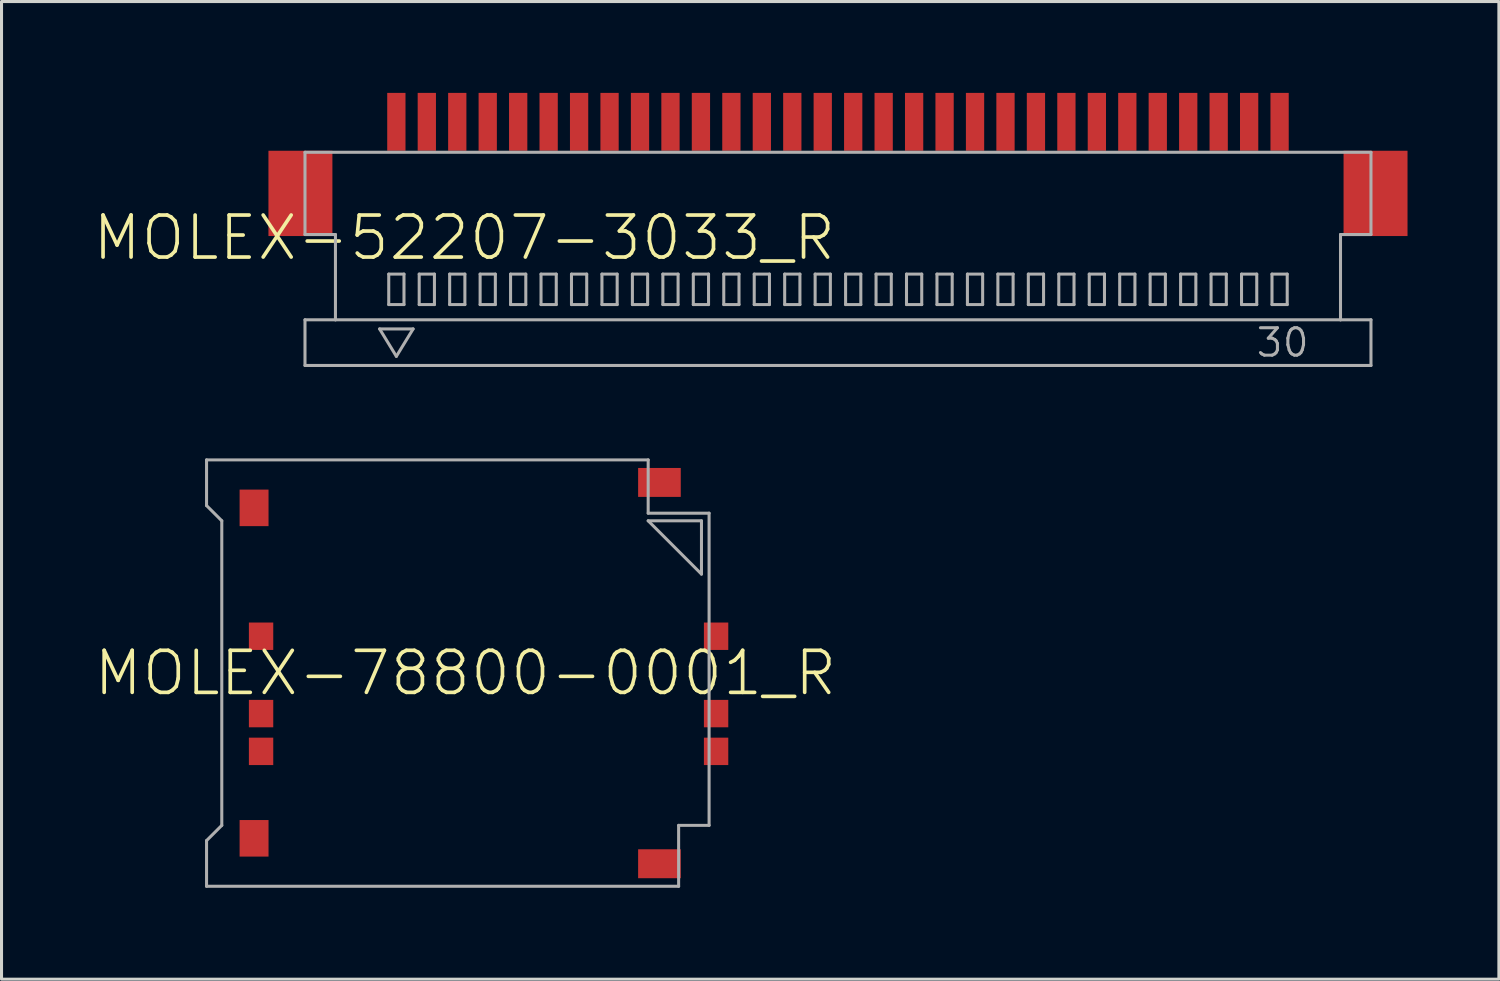
<source format=kicad_pcb>
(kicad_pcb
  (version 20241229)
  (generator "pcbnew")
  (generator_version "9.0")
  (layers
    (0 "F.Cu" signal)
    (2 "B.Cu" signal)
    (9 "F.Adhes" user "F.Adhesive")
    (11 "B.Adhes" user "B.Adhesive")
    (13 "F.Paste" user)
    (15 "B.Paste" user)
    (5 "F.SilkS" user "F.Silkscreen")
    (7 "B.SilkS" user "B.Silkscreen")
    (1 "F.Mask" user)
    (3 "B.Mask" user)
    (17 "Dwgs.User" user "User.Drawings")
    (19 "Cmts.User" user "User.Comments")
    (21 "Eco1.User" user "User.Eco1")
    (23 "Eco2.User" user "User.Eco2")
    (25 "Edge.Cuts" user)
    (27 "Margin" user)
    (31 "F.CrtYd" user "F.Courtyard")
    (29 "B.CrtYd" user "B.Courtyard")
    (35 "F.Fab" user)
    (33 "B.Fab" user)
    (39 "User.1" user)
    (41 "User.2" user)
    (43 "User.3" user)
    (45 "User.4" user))
  (footprint "MOLEX-52207-3033_R"
    (layer "F.Cu")
    (at 24.464 0.95)
    (property "Reference" "MOLEX-52207-3033_R" (at 0 3 0) (unlocked yes) (layer "F.SilkS") (effects (font (size 1.38 1.38) (thickness 0.12)) (justify right top)))
    (fp_line (start -17.5 1) (end -17.5 3.7) (stroke (width 0.1) (type solid)) (layer "F.Fab"))
    (fp_line (start -17.5 3.7) (end -16.5 3.7) (stroke (width 0.1) (type solid)) (layer "F.Fab"))
    (fp_line (start -17.5 6.5) (end -16.5 6.5) (stroke (width 0.1) (type solid)) (layer "F.Fab"))
    (fp_line (start -17.5 8) (end -17.5 6.5) (stroke (width 0.1) (type solid)) (layer "F.Fab"))
    (fp_line (start -17.5 8) (end 17.5 8) (stroke (width 0.1) (type solid)) (layer "F.Fab"))
    (fp_line (start -16.5 3.7) (end -16.5 6.5) (stroke (width 0.1) (type solid)) (layer "F.Fab"))
    (fp_line (start -16.5 6.5) (end 16.5 6.5) (stroke (width 0.1) (type solid)) (layer "F.Fab"))
    (fp_line (start -15.05 6.8) (end -13.95 6.8) (stroke (width 0.1) (type solid)) (layer "F.Fab"))
    (fp_line (start -14.75 5) (end -14.25 5) (stroke (width 0.1) (type solid)) (layer "F.Fab"))
    (fp_line (start -14.75 6) (end -14.75 5) (stroke (width 0.1) (type solid)) (layer "F.Fab"))
    (fp_line (start -14.5 7.7) (end -15.05 6.8) (stroke (width 0.1) (type solid)) (layer "F.Fab"))
    (fp_line (start -14.25 5) (end -14.25 6) (stroke (width 0.1) (type solid)) (layer "F.Fab"))
    (fp_line (start -14.25 6) (end -14.75 6) (stroke (width 0.1) (type solid)) (layer "F.Fab"))
    (fp_line (start -13.95 6.8) (end -14.5 7.7) (stroke (width 0.1) (type solid)) (layer "F.Fab"))
    (fp_line (start -13.75 5) (end -13.25 5) (stroke (width 0.1) (type solid)) (layer "F.Fab"))
    (fp_line (start -13.75 6) (end -13.75 5) (stroke (width 0.1) (type solid)) (layer "F.Fab"))
    (fp_line (start -13.25 5) (end -13.25 6) (stroke (width 0.1) (type solid)) (layer "F.Fab"))
    (fp_line (start -13.25 6) (end -13.75 6) (stroke (width 0.1) (type solid)) (layer "F.Fab"))
    (fp_line (start -12.75 5) (end -12.25 5) (stroke (width 0.1) (type solid)) (layer "F.Fab"))
    (fp_line (start -12.75 6) (end -12.75 5) (stroke (width 0.1) (type solid)) (layer "F.Fab"))
    (fp_line (start -12.25 5) (end -12.25 6) (stroke (width 0.1) (type solid)) (layer "F.Fab"))
    (fp_line (start -12.25 6) (end -12.75 6) (stroke (width 0.1) (type solid)) (layer "F.Fab"))
    (fp_line (start -11.75 5) (end -11.25 5) (stroke (width 0.1) (type solid)) (layer "F.Fab"))
    (fp_line (start -11.75 6) (end -11.75 5) (stroke (width 0.1) (type solid)) (layer "F.Fab"))
    (fp_line (start -11.25 5) (end -11.25 6) (stroke (width 0.1) (type solid)) (layer "F.Fab"))
    (fp_line (start -11.25 6) (end -11.75 6) (stroke (width 0.1) (type solid)) (layer "F.Fab"))
    (fp_line (start -10.75 5) (end -10.25 5) (stroke (width 0.1) (type solid)) (layer "F.Fab"))
    (fp_line (start -10.75 6) (end -10.75 5) (stroke (width 0.1) (type solid)) (layer "F.Fab"))
    (fp_line (start -10.25 5) (end -10.25 6) (stroke (width 0.1) (type solid)) (layer "F.Fab"))
    (fp_line (start -10.25 6) (end -10.75 6) (stroke (width 0.1) (type solid)) (layer "F.Fab"))
    (fp_line (start -9.75 5) (end -9.25 5) (stroke (width 0.1) (type solid)) (layer "F.Fab"))
    (fp_line (start -9.75 6) (end -9.75 5) (stroke (width 0.1) (type solid)) (layer "F.Fab"))
    (fp_line (start -9.25 5) (end -9.25 6) (stroke (width 0.1) (type solid)) (layer "F.Fab"))
    (fp_line (start -9.25 6) (end -9.75 6) (stroke (width 0.1) (type solid)) (layer "F.Fab"))
    (fp_line (start -8.75 5) (end -8.25 5) (stroke (width 0.1) (type solid)) (layer "F.Fab"))
    (fp_line (start -8.75 6) (end -8.75 5) (stroke (width 0.1) (type solid)) (layer "F.Fab"))
    (fp_line (start -8.25 5) (end -8.25 6) (stroke (width 0.1) (type solid)) (layer "F.Fab"))
    (fp_line (start -8.25 6) (end -8.75 6) (stroke (width 0.1) (type solid)) (layer "F.Fab"))
    (fp_line (start -7.75 5) (end -7.25 5) (stroke (width 0.1) (type solid)) (layer "F.Fab"))
    (fp_line (start -7.75 6) (end -7.75 5) (stroke (width 0.1) (type solid)) (layer "F.Fab"))
    (fp_line (start -7.25 5) (end -7.25 6) (stroke (width 0.1) (type solid)) (layer "F.Fab"))
    (fp_line (start -7.25 6) (end -7.75 6) (stroke (width 0.1) (type solid)) (layer "F.Fab"))
    (fp_line (start -6.75 5) (end -6.25 5) (stroke (width 0.1) (type solid)) (layer "F.Fab"))
    (fp_line (start -6.75 6) (end -6.75 5) (stroke (width 0.1) (type solid)) (layer "F.Fab"))
    (fp_line (start -6.25 5) (end -6.25 6) (stroke (width 0.1) (type solid)) (layer "F.Fab"))
    (fp_line (start -6.25 6) (end -6.75 6) (stroke (width 0.1) (type solid)) (layer "F.Fab"))
    (fp_line (start -5.75 5) (end -5.25 5) (stroke (width 0.1) (type solid)) (layer "F.Fab"))
    (fp_line (start -5.75 6) (end -5.75 5) (stroke (width 0.1) (type solid)) (layer "F.Fab"))
    (fp_line (start -5.25 5) (end -5.25 6) (stroke (width 0.1) (type solid)) (layer "F.Fab"))
    (fp_line (start -5.25 6) (end -5.75 6) (stroke (width 0.1) (type solid)) (layer "F.Fab"))
    (fp_line (start -4.75 5) (end -4.25 5) (stroke (width 0.1) (type solid)) (layer "F.Fab"))
    (fp_line (start -4.75 6) (end -4.75 5) (stroke (width 0.1) (type solid)) (layer "F.Fab"))
    (fp_line (start -4.25 5) (end -4.25 6) (stroke (width 0.1) (type solid)) (layer "F.Fab"))
    (fp_line (start -4.25 6) (end -4.75 6) (stroke (width 0.1) (type solid)) (layer "F.Fab"))
    (fp_line (start -3.75 5) (end -3.25 5) (stroke (width 0.1) (type solid)) (layer "F.Fab"))
    (fp_line (start -3.75 6) (end -3.75 5) (stroke (width 0.1) (type solid)) (layer "F.Fab"))
    (fp_line (start -3.25 5) (end -3.25 6) (stroke (width 0.1) (type solid)) (layer "F.Fab"))
    (fp_line (start -3.25 6) (end -3.75 6) (stroke (width 0.1) (type solid)) (layer "F.Fab"))
    (fp_line (start -2.75 5) (end -2.25 5) (stroke (width 0.1) (type solid)) (layer "F.Fab"))
    (fp_line (start -2.75 6) (end -2.75 5) (stroke (width 0.1) (type solid)) (layer "F.Fab"))
    (fp_line (start -2.25 5) (end -2.25 6) (stroke (width 0.1) (type solid)) (layer "F.Fab"))
    (fp_line (start -2.25 6) (end -2.75 6) (stroke (width 0.1) (type solid)) (layer "F.Fab"))
    (fp_line (start -1.75 5) (end -1.25 5) (stroke (width 0.1) (type solid)) (layer "F.Fab"))
    (fp_line (start -1.75 6) (end -1.75 5) (stroke (width 0.1) (type solid)) (layer "F.Fab"))
    (fp_line (start -1.25 5) (end -1.25 6) (stroke (width 0.1) (type solid)) (layer "F.Fab"))
    (fp_line (start -1.25 6) (end -1.75 6) (stroke (width 0.1) (type solid)) (layer "F.Fab"))
    (fp_line (start -0.75 5) (end -0.25 5) (stroke (width 0.1) (type solid)) (layer "F.Fab"))
    (fp_line (start -0.75 6) (end -0.75 5) (stroke (width 0.1) (type solid)) (layer "F.Fab"))
    (fp_line (start -0.25 5) (end -0.25 6) (stroke (width 0.1) (type solid)) (layer "F.Fab"))
    (fp_line (start -0.25 6) (end -0.75 6) (stroke (width 0.1) (type solid)) (layer "F.Fab"))
    (fp_line (start 0.25 5) (end 0.75 5) (stroke (width 0.1) (type solid)) (layer "F.Fab"))
    (fp_line (start 0.25 6) (end 0.25 5) (stroke (width 0.1) (type solid)) (layer "F.Fab"))
    (fp_line (start 0.75 5) (end 0.75 6) (stroke (width 0.1) (type solid)) (layer "F.Fab"))
    (fp_line (start 0.75 6) (end 0.25 6) (stroke (width 0.1) (type solid)) (layer "F.Fab"))
    (fp_line (start 1.25 5) (end 1.75 5) (stroke (width 0.1) (type solid)) (layer "F.Fab"))
    (fp_line (start 1.25 6) (end 1.25 5) (stroke (width 0.1) (type solid)) (layer "F.Fab"))
    (fp_line (start 1.75 5) (end 1.75 6) (stroke (width 0.1) (type solid)) (layer "F.Fab"))
    (fp_line (start 1.75 6) (end 1.25 6) (stroke (width 0.1) (type solid)) (layer "F.Fab"))
    (fp_line (start 2.25 5) (end 2.75 5) (stroke (width 0.1) (type solid)) (layer "F.Fab"))
    (fp_line (start 2.25 6) (end 2.25 5) (stroke (width 0.1) (type solid)) (layer "F.Fab"))
    (fp_line (start 2.75 5) (end 2.75 6) (stroke (width 0.1) (type solid)) (layer "F.Fab"))
    (fp_line (start 2.75 6) (end 2.25 6) (stroke (width 0.1) (type solid)) (layer "F.Fab"))
    (fp_line (start 3.25 5) (end 3.75 5) (stroke (width 0.1) (type solid)) (layer "F.Fab"))
    (fp_line (start 3.25 6) (end 3.25 5) (stroke (width 0.1) (type solid)) (layer "F.Fab"))
    (fp_line (start 3.75 5) (end 3.75 6) (stroke (width 0.1) (type solid)) (layer "F.Fab"))
    (fp_line (start 3.75 6) (end 3.25 6) (stroke (width 0.1) (type solid)) (layer "F.Fab"))
    (fp_line (start 4.25 5) (end 4.75 5) (stroke (width 0.1) (type solid)) (layer "F.Fab"))
    (fp_line (start 4.25 6) (end 4.25 5) (stroke (width 0.1) (type solid)) (layer "F.Fab"))
    (fp_line (start 4.75 5) (end 4.75 6) (stroke (width 0.1) (type solid)) (layer "F.Fab"))
    (fp_line (start 4.75 6) (end 4.25 6) (stroke (width 0.1) (type solid)) (layer "F.Fab"))
    (fp_line (start 5.25 5) (end 5.75 5) (stroke (width 0.1) (type solid)) (layer "F.Fab"))
    (fp_line (start 5.25 6) (end 5.25 5) (stroke (width 0.1) (type solid)) (layer "F.Fab"))
    (fp_line (start 5.75 5) (end 5.75 6) (stroke (width 0.1) (type solid)) (layer "F.Fab"))
    (fp_line (start 5.75 6) (end 5.25 6) (stroke (width 0.1) (type solid)) (layer "F.Fab"))
    (fp_line (start 6.25 5) (end 6.75 5) (stroke (width 0.1) (type solid)) (layer "F.Fab"))
    (fp_line (start 6.25 6) (end 6.25 5) (stroke (width 0.1) (type solid)) (layer "F.Fab"))
    (fp_line (start 6.75 5) (end 6.75 6) (stroke (width 0.1) (type solid)) (layer "F.Fab"))
    (fp_line (start 6.75 6) (end 6.25 6) (stroke (width 0.1) (type solid)) (layer "F.Fab"))
    (fp_line (start 7.25 5) (end 7.75 5) (stroke (width 0.1) (type solid)) (layer "F.Fab"))
    (fp_line (start 7.25 6) (end 7.25 5) (stroke (width 0.1) (type solid)) (layer "F.Fab"))
    (fp_line (start 7.75 5) (end 7.75 6) (stroke (width 0.1) (type solid)) (layer "F.Fab"))
    (fp_line (start 7.75 6) (end 7.25 6) (stroke (width 0.1) (type solid)) (layer "F.Fab"))
    (fp_line (start 8.25 5) (end 8.75 5) (stroke (width 0.1) (type solid)) (layer "F.Fab"))
    (fp_line (start 8.25 6) (end 8.25 5) (stroke (width 0.1) (type solid)) (layer "F.Fab"))
    (fp_line (start 8.75 5) (end 8.75 6) (stroke (width 0.1) (type solid)) (layer "F.Fab"))
    (fp_line (start 8.75 6) (end 8.25 6) (stroke (width 0.1) (type solid)) (layer "F.Fab"))
    (fp_line (start 9.25 5) (end 9.75 5) (stroke (width 0.1) (type solid)) (layer "F.Fab"))
    (fp_line (start 9.25 6) (end 9.25 5) (stroke (width 0.1) (type solid)) (layer "F.Fab"))
    (fp_line (start 9.75 5) (end 9.75 6) (stroke (width 0.1) (type solid)) (layer "F.Fab"))
    (fp_line (start 9.75 6) (end 9.25 6) (stroke (width 0.1) (type solid)) (layer "F.Fab"))
    (fp_line (start 10.25 5) (end 10.75 5) (stroke (width 0.1) (type solid)) (layer "F.Fab"))
    (fp_line (start 10.25 6) (end 10.25 5) (stroke (width 0.1) (type solid)) (layer "F.Fab"))
    (fp_line (start 10.75 5) (end 10.75 6) (stroke (width 0.1) (type solid)) (layer "F.Fab"))
    (fp_line (start 10.75 6) (end 10.25 6) (stroke (width 0.1) (type solid)) (layer "F.Fab"))
    (fp_line (start 11.25 5) (end 11.75 5) (stroke (width 0.1) (type solid)) (layer "F.Fab"))
    (fp_line (start 11.25 6) (end 11.25 5) (stroke (width 0.1) (type solid)) (layer "F.Fab"))
    (fp_line (start 11.75 5) (end 11.75 6) (stroke (width 0.1) (type solid)) (layer "F.Fab"))
    (fp_line (start 11.75 6) (end 11.25 6) (stroke (width 0.1) (type solid)) (layer "F.Fab"))
    (fp_line (start 12.25 5) (end 12.75 5) (stroke (width 0.1) (type solid)) (layer "F.Fab"))
    (fp_line (start 12.25 6) (end 12.25 5) (stroke (width 0.1) (type solid)) (layer "F.Fab"))
    (fp_line (start 12.75 5) (end 12.75 6) (stroke (width 0.1) (type solid)) (layer "F.Fab"))
    (fp_line (start 12.75 6) (end 12.25 6) (stroke (width 0.1) (type solid)) (layer "F.Fab"))
    (fp_line (start 13.25 5) (end 13.75 5) (stroke (width 0.1) (type solid)) (layer "F.Fab"))
    (fp_line (start 13.25 6) (end 13.25 5) (stroke (width 0.1) (type solid)) (layer "F.Fab"))
    (fp_line (start 13.75 5) (end 13.75 6) (stroke (width 0.1) (type solid)) (layer "F.Fab"))
    (fp_line (start 13.75 6) (end 13.25 6) (stroke (width 0.1) (type solid)) (layer "F.Fab"))
    (fp_line (start 14.25 5) (end 14.75 5) (stroke (width 0.1) (type solid)) (layer "F.Fab"))
    (fp_line (start 14.25 6) (end 14.25 5) (stroke (width 0.1) (type solid)) (layer "F.Fab"))
    (fp_line (start 14.75 5) (end 14.75 6) (stroke (width 0.1) (type solid)) (layer "F.Fab"))
    (fp_line (start 14.75 6) (end 14.25 6) (stroke (width 0.1) (type solid)) (layer "F.Fab"))
    (fp_line (start 16.5 3.7) (end 16.5 6.5) (stroke (width 0.1) (type solid)) (layer "F.Fab"))
    (fp_line (start 16.5 6.5) (end 17.5 6.5) (stroke (width 0.1) (type solid)) (layer "F.Fab"))
    (fp_line (start 17.5 1) (end -17.5 1) (stroke (width 0.1) (type solid)) (layer "F.Fab"))
    (fp_line (start 17.5 3.7) (end 16.5 3.7) (stroke (width 0.1) (type solid)) (layer "F.Fab"))
    (fp_line (start 17.5 3.7) (end 17.5 1) (stroke (width 0.1) (type solid)) (layer "F.Fab"))
    (fp_line (start 17.5 6.5) (end 17.5 8) (stroke (width 0.1) (type solid)) (layer "F.Fab"))
    (fp_text user "30" (at 14.6 7.25 0) (layer "F.Fab") (effects (font (size 0.9 0.9) (thickness 0.1))))
    (pad "1" smd rect (at -14.5 0 180) (size 0.6 1.9) (layers "F.Cu" "F.Mask" "F.Paste"))
    (pad "2" smd rect (at -13.5 0 180) (size 0.6 1.9) (layers "F.Cu" "F.Mask" "F.Paste"))
    (pad "3" smd rect (at -12.5 0 180) (size 0.6 1.9) (layers "F.Cu" "F.Mask" "F.Paste"))
    (pad "4" smd rect (at -11.5 0 180) (size 0.6 1.9) (layers "F.Cu" "F.Mask" "F.Paste"))
    (pad "5" smd rect (at -10.5 0 180) (size 0.6 1.9) (layers "F.Cu" "F.Mask" "F.Paste"))
    (pad "6" smd rect (at -9.5 0 180) (size 0.6 1.9) (layers "F.Cu" "F.Mask" "F.Paste"))
    (pad "7" smd rect (at -8.5 0 180) (size 0.6 1.9) (layers "F.Cu" "F.Mask" "F.Paste"))
    (pad "8" smd rect (at -7.5 0 180) (size 0.6 1.9) (layers "F.Cu" "F.Mask" "F.Paste"))
    (pad "9" smd rect (at -6.5 0 180) (size 0.6 1.9) (layers "F.Cu" "F.Mask" "F.Paste"))
    (pad "10" smd rect (at -5.5 0 180) (size 0.6 1.9) (layers "F.Cu" "F.Mask" "F.Paste"))
    (pad "11" smd rect (at -4.5 0 180) (size 0.6 1.9) (layers "F.Cu" "F.Mask" "F.Paste"))
    (pad "12" smd rect (at -3.5 0 180) (size 0.6 1.9) (layers "F.Cu" "F.Mask" "F.Paste"))
    (pad "13" smd rect (at -2.5 0 180) (size 0.6 1.9) (layers "F.Cu" "F.Mask" "F.Paste"))
    (pad "14" smd rect (at -1.5 0 180) (size 0.6 1.9) (layers "F.Cu" "F.Mask" "F.Paste"))
    (pad "15" smd rect (at -0.5 0 180) (size 0.6 1.9) (layers "F.Cu" "F.Mask" "F.Paste"))
    (pad "16" smd rect (at 0.5 0 180) (size 0.6 1.9) (layers "F.Cu" "F.Mask" "F.Paste"))
    (pad "17" smd rect (at 1.5 0 180) (size 0.6 1.9) (layers "F.Cu" "F.Mask" "F.Paste"))
    (pad "18" smd rect (at 2.5 0 180) (size 0.6 1.9) (layers "F.Cu" "F.Mask" "F.Paste"))
    (pad "19" smd rect (at 3.5 0 180) (size 0.6 1.9) (layers "F.Cu" "F.Mask" "F.Paste"))
    (pad "20" smd rect (at 4.5 0 180) (size 0.6 1.9) (layers "F.Cu" "F.Mask" "F.Paste"))
    (pad "21" smd rect (at 5.5 0 180) (size 0.6 1.9) (layers "F.Cu" "F.Mask" "F.Paste"))
    (pad "22" smd rect (at 6.5 0 180) (size 0.6 1.9) (layers "F.Cu" "F.Mask" "F.Paste"))
    (pad "23" smd rect (at 7.5 0 180) (size 0.6 1.9) (layers "F.Cu" "F.Mask" "F.Paste"))
    (pad "24" smd rect (at 8.5 0 180) (size 0.6 1.9) (layers "F.Cu" "F.Mask" "F.Paste"))
    (pad "25" smd rect (at 9.5 0 180) (size 0.6 1.9) (layers "F.Cu" "F.Mask" "F.Paste"))
    (pad "26" smd rect (at 10.5 0 180) (size 0.6 1.9) (layers "F.Cu" "F.Mask" "F.Paste"))
    (pad "27" smd rect (at 11.5 0 180) (size 0.6 1.9) (layers "F.Cu" "F.Mask" "F.Paste"))
    (pad "28" smd rect (at 12.5 0 180) (size 0.6 1.9) (layers "F.Cu" "F.Mask" "F.Paste"))
    (pad "29" smd rect (at 13.5 0 180) (size 0.6 1.9) (layers "F.Cu" "F.Mask" "F.Paste"))
    (pad "30" smd rect (at 14.5 0 180) (size 0.6 1.9) (layers "F.Cu" "F.Mask" "F.Paste"))
    (pad "S1" smd rect (at -17.65 2.35) (size 2.1 2.8) (layers "F.Cu" "F.Mask" "F.Paste"))
    (pad "S2" smd rect (at 17.65 2.35) (size 2.1 2.8) (layers "F.Cu" "F.Mask" "F.Paste")))
  (footprint "MOLEX-78800-0001_R"
    (layer "F.Cu")
    (at 12.232 19.05)
    (property "Reference" "MOLEX-78800-0001_R" (at 0 0 0) (unlocked yes) (layer "F.SilkS") (effects (font (size 1.38 1.38) (thickness 0.12))))
    (fp_line (start -8.5 -7) (end -8.5 -5.5) (stroke (width 0.1) (type solid)) (layer "F.Fab"))
    (fp_line (start -8.5 -5.5) (end -8 -5) (stroke (width 0.1) (type solid)) (layer "F.Fab"))
    (fp_line (start -8.5 5.5) (end -8.5 7) (stroke (width 0.1) (type solid)) (layer "F.Fab"))
    (fp_line (start -8.5 7) (end 7 7) (stroke (width 0.1) (type solid)) (layer "F.Fab"))
    (fp_line (start -8 -5) (end -8 5) (stroke (width 0.1) (type solid)) (layer "F.Fab"))
    (fp_line (start -8 5) (end -8.5 5.5) (stroke (width 0.1) (type solid)) (layer "F.Fab"))
    (fp_line (start 6 -7) (end -8.5 -7) (stroke (width 0.1) (type solid)) (layer "F.Fab"))
    (fp_line (start 6 -7) (end 6 -5.25) (stroke (width 0.1) (type solid)) (layer "F.Fab"))
    (fp_line (start 6 -5.25) (end 8 -5.25) (stroke (width 0.1) (type solid)) (layer "F.Fab"))
    (fp_line (start 6 -5) (end 7.75 -3.25) (stroke (width 0.1) (type solid)) (layer "F.Fab"))
    (fp_line (start 7 5) (end 8 5) (stroke (width 0.1) (type solid)) (layer "F.Fab"))
    (fp_line (start 7 7) (end 7 5) (stroke (width 0.1) (type solid)) (layer "F.Fab"))
    (fp_line (start 7.75 -5) (end 6 -5) (stroke (width 0.1) (type solid)) (layer "F.Fab"))
    (fp_line (start 7.75 -3.25) (end 7.75 -5) (stroke (width 0.1) (type solid)) (layer "F.Fab"))
    (fp_line (start 8 5) (end 8 -5.25) (stroke (width 0.1) (type solid)) (layer "F.Fab"))
    (pad "1" smd rect (at -6.71 2.57) (size 0.8 0.9) (layers "F.Cu" "F.Mask" "F.Paste"))
    (pad "2" smd rect (at -6.71 1.33) (size 0.8 0.9) (layers "F.Cu" "F.Mask" "F.Paste"))
    (pad "3" smd rect (at -6.71 -1.21) (size 0.8 0.9) (layers "F.Cu" "F.Mask" "F.Paste"))
    (pad "5" smd rect (at 8.23 2.57) (size 0.8 0.9) (layers "F.Cu" "F.Mask" "F.Paste"))
    (pad "6" smd rect (at 8.23 1.33) (size 0.8 0.9) (layers "F.Cu" "F.Mask" "F.Paste"))
    (pad "7" smd rect (at 8.23 -1.21) (size 0.8 0.9) (layers "F.Cu" "F.Mask" "F.Paste"))
    (pad "8" smd rect (at -6.94 5.425) (size 0.95 1.2) (layers "F.Cu" "F.Mask" "F.Paste"))
    (pad "9" smd rect (at 6.37 6.26) (size 1.4 0.95) (layers "F.Cu" "F.Mask" "F.Paste"))
    (pad "10" smd rect (at 6.37 -6.26) (size 1.4 0.95) (layers "F.Cu" "F.Mask" "F.Paste"))
    (pad "11" smd rect (at -6.94 -5.425) (size 0.95 1.2) (layers "F.Cu" "F.Mask" "F.Paste")))
  (gr_rect
    (start -3 -3)
    (end 46.164 29.1)
    (stroke (width 0.1) (type default))
    (fill no)
    (layer "Edge.Cuts")))
</source>
